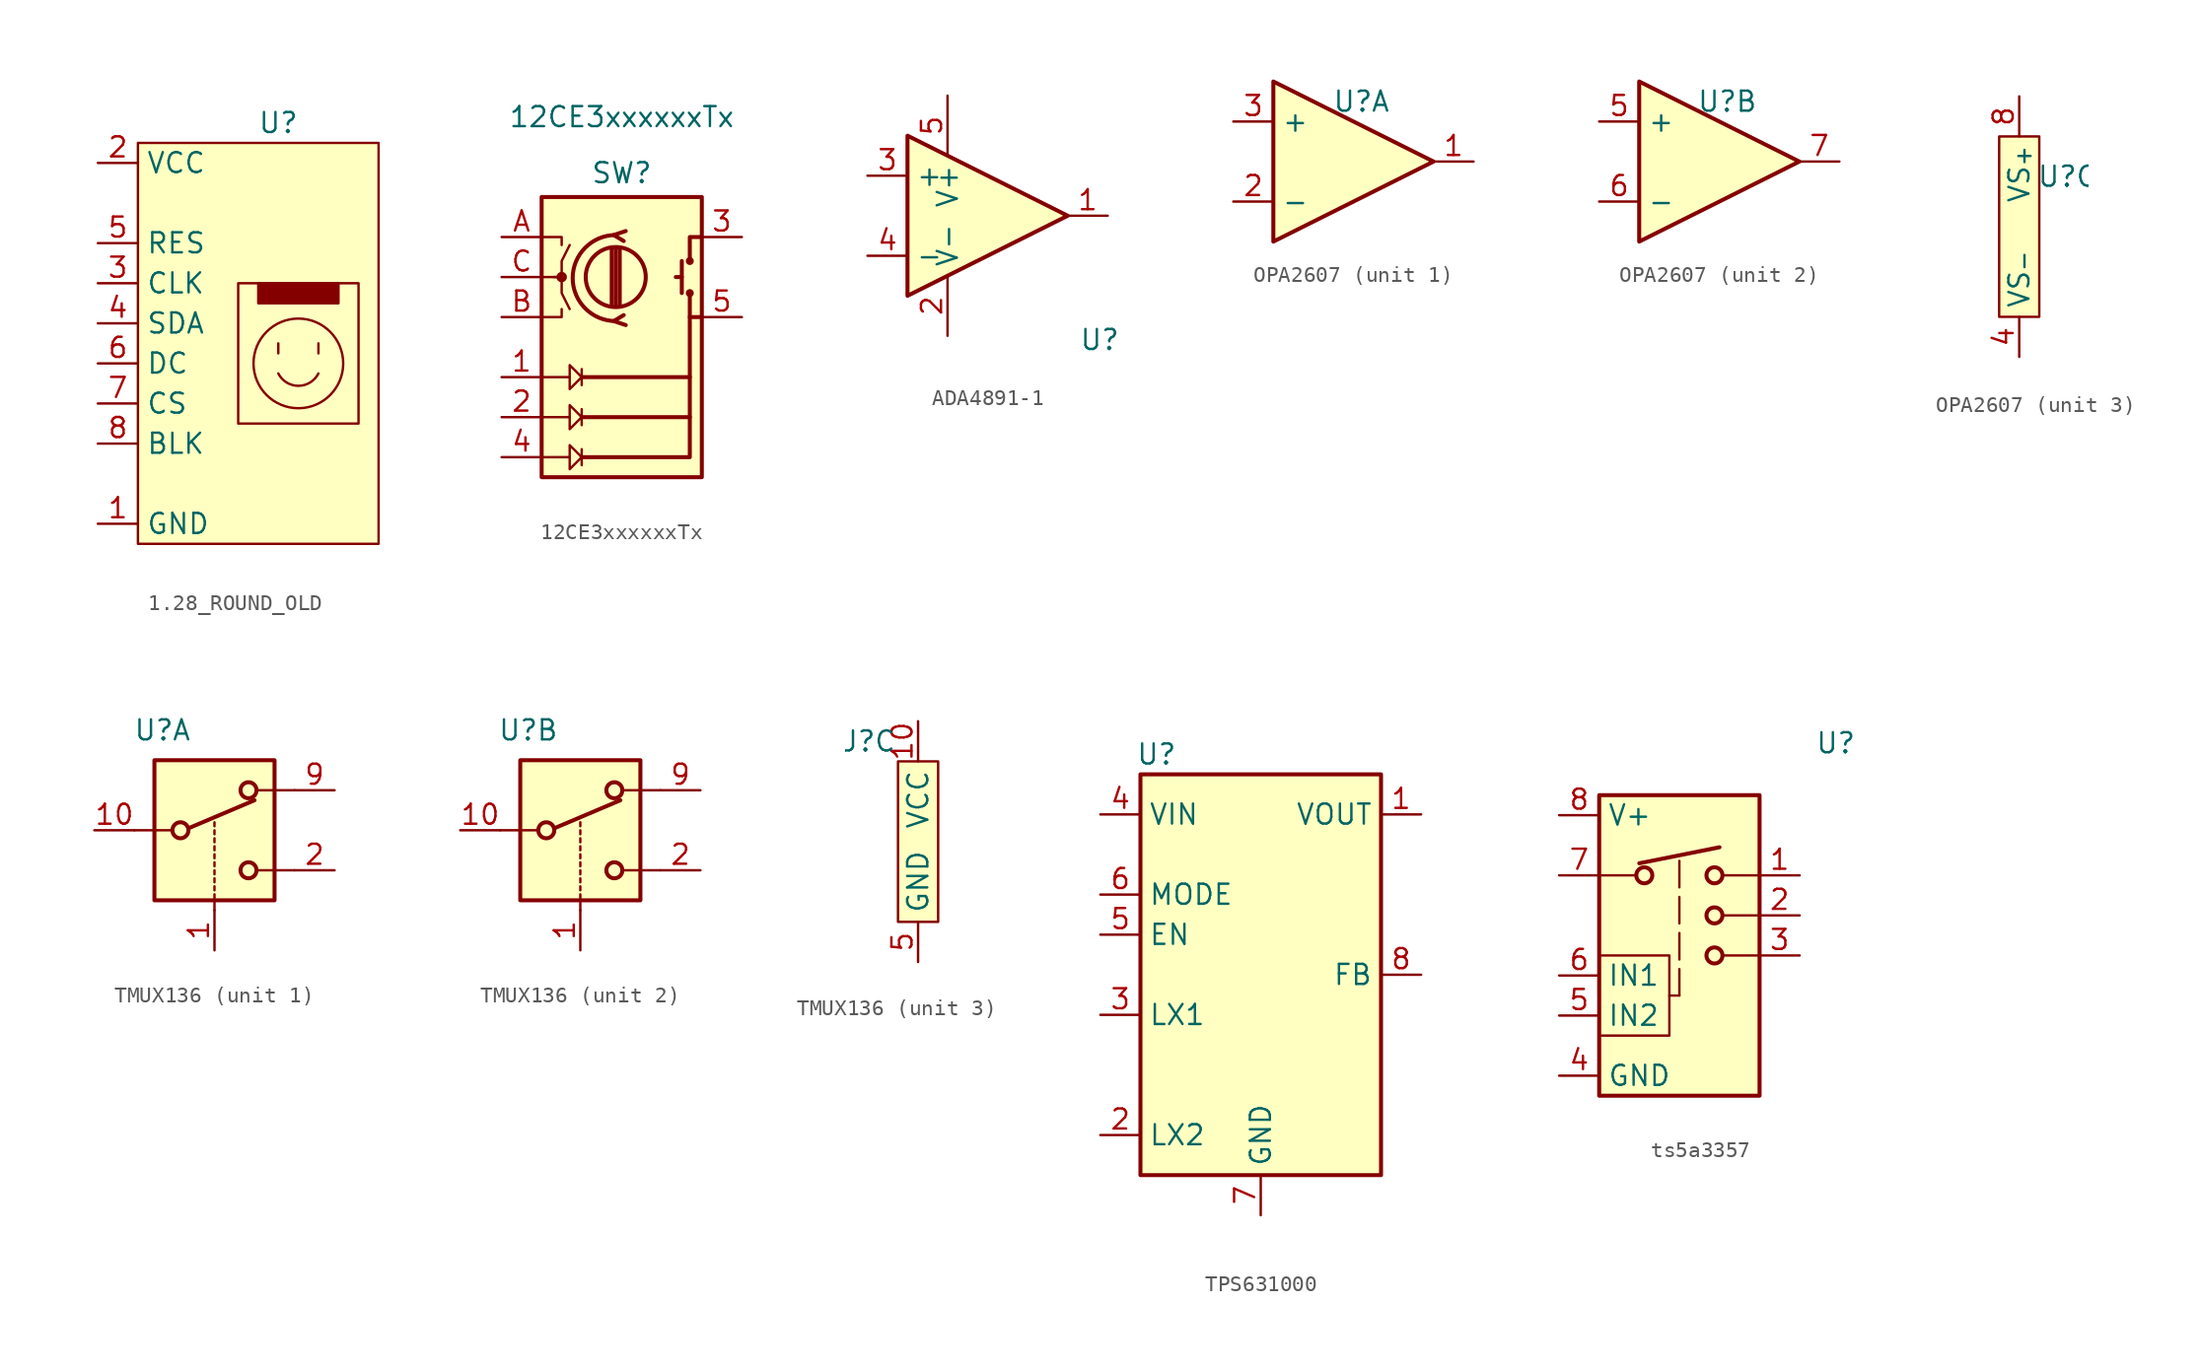
<source format=kicad_sym>
(kicad_symbol_lib
  (version 20231120)
  (generator "kicad_symbol_editor")
  (generator_version "8.0")
  (symbol "1.28_ROUND_OLD"
    (property "Reference" "U"
      (at 0 0 0)
      (effects (font (size 1.27 1.27))))
    (property "Value" ""
      (at 0 0 0)
      (effects (font (size 1.27 1.27))))
    (symbol "1.28_ROUND_OLD_1_1"
      (rectangle (start -8.89 -1.27) (end 6.35 -26.67) (stroke (width 0) (type default)) (fill (type background)))
      (rectangle (start -2.54 -10.16) (end 5.08 -19.05) (stroke (width 0) (type default)) (fill (type none)))
      (rectangle (start -1.27 -10.16) (end 3.81 -11.43) (stroke (width 0) (type default)) (fill (type outline)))
      (arc (start 0 -15.875) (mid 1.27 -16.6599) (end 2.54 -15.875) (stroke (width 0) (type default)) (fill (type none)))
      (polyline (pts (xy 0 -13.97) (xy 0 -14.605)) (stroke (width 0) (type default)) (fill (type none)))
      (polyline (pts (xy 2.54 -13.97) (xy 2.54 -14.605)) (stroke (width 0) (type default)) (fill (type none)))
      (circle (center 1.27 -15.24) (radius 2.84) (stroke (width 0) (type default)) (fill (type none)))
      (pin input line (at -11.43 -25.4 0) (length 2.54) (name "GND" (effects (font (size 1.27 1.27)))) (number "1" (effects (font (size 1.27 1.27)))))
      (pin input line (at -11.43 -2.54 0) (length 2.54) (name "VCC" (effects (font (size 1.27 1.27)))) (number "2" (effects (font (size 1.27 1.27)))))
      (pin input line (at -11.43 -10.16 0) (length 2.54) (name "CLK" (effects (font (size 1.27 1.27)))) (number "3" (effects (font (size 1.27 1.27)))))
      (pin input line (at -11.43 -12.7 0) (length 2.54) (name "SDA" (effects (font (size 1.27 1.27)))) (number "4" (effects (font (size 1.27 1.27)))))
      (pin input line (at -11.43 -7.62 0) (length 2.54) (name "RES" (effects (font (size 1.27 1.27)))) (number "5" (effects (font (size 1.27 1.27)))))
      (pin input line (at -11.43 -15.24 0) (length 2.54) (name "DC" (effects (font (size 1.27 1.27)))) (number "6" (effects (font (size 1.27 1.27)))))
      (pin input line (at -11.43 -17.78 0) (length 2.54) (name "CS" (effects (font (size 1.27 1.27)))) (number "7" (effects (font (size 1.27 1.27)))))
      (pin input line (at -11.43 -20.32 0) (length 2.54) (name "BLK" (effects (font (size 1.27 1.27)))) (number "8" (effects (font (size 1.27 1.27)))))))
  (symbol "12CE3xxxxxxTx"
    (pin_names
      (offset 0.254) hide)
    (property "Reference" "SW"
      (at 0 6.604 0)
      (effects (font (size 1.27 1.27))))
    (property "Value" "12CE3xxxxxxTx"
      (at 0 10.16 0)
      (effects (font (size 1.27 1.27))))
    (symbol "12CE3xxxxxxTx_0_1"
      (rectangle (start -5.08 5.08) (end 5.08 -12.7) (stroke (width 0.254) (type default)) (fill (type background)))
      (circle (center -3.81 0) (radius 0.254) (stroke (width 0) (type default)) (fill (type outline)))
      (circle (center -0.381 0) (radius 1.905) (stroke (width 0.254) (type default)) (fill (type none)))
      (arc (start -0.381 2.667) (mid -3.0988 -0.0635) (end -0.381 -2.794) (stroke (width 0.254) (type default)) (fill (type none)))
      (polyline (pts (xy -5.08 -11.43) (xy -3.302 -11.43)) (stroke (width 0) (type default)) (fill (type none)))
      (polyline (pts (xy -5.08 -8.89) (xy -3.302 -8.89)) (stroke (width 0) (type default)) (fill (type none)))
      (polyline (pts (xy -5.08 -6.35) (xy -3.302 -6.35)) (stroke (width 0) (type default)) (fill (type none)))
      (polyline (pts (xy -2.54 -10.922) (xy -2.54 -11.938)) (stroke (width 0) (type default)) (fill (type none)))
      (polyline (pts (xy -2.54 -8.382) (xy -2.54 -9.398)) (stroke (width 0) (type default)) (fill (type none)))
      (polyline (pts (xy -2.54 -5.842) (xy -2.54 -6.858)) (stroke (width 0) (type default)) (fill (type none)))
      (polyline (pts (xy -0.635 -1.778) (xy -0.635 1.778)) (stroke (width 0.254) (type default)) (fill (type none)))
      (polyline (pts (xy -0.381 -1.778) (xy -0.381 1.778)) (stroke (width 0.254) (type default)) (fill (type none)))
      (polyline (pts (xy -0.127 1.778) (xy -0.127 -1.778)) (stroke (width 0.254) (type default)) (fill (type none)))
      (polyline (pts (xy 3.81 0) (xy 3.429 0)) (stroke (width 0.254) (type default)) (fill (type none)))
      (polyline (pts (xy 3.81 1.016) (xy 3.81 -1.016)) (stroke (width 0.254) (type default)) (fill (type none)))
      (polyline (pts (xy -5.08 -2.54) (xy -3.81 -2.54) (xy -3.81 -2.032)) (stroke (width 0) (type default)) (fill (type none)))
      (polyline (pts (xy -5.08 2.54) (xy -3.81 2.54) (xy -3.81 2.032)) (stroke (width 0) (type default)) (fill (type none)))
      (polyline (pts (xy -2.54 -11.43) (xy 4.318 -11.43) (xy 4.318 -8.89)) (stroke (width 0.254) (type default)) (fill (type none)))
      (polyline (pts (xy -2.54 -8.89) (xy 4.318 -8.89) (xy 4.318 -6.35)) (stroke (width 0.254) (type default)) (fill (type none)))
      (polyline (pts (xy -2.54 -6.35) (xy 4.318 -6.35) (xy 4.318 -2.54)) (stroke (width 0.254) (type default)) (fill (type none)))
      (polyline (pts (xy 0.254 -3.048) (xy -0.508 -2.794) (xy 0.127 -2.413)) (stroke (width 0.254) (type default)) (fill (type none)))
      (polyline (pts (xy 0.254 2.921) (xy -0.508 2.667) (xy 0.127 2.286)) (stroke (width 0.254) (type default)) (fill (type none)))
      (polyline (pts (xy 5.08 -2.54) (xy 4.318 -2.54) (xy 4.318 -1.016)) (stroke (width 0.254) (type default)) (fill (type none)))
      (polyline (pts (xy 5.08 2.54) (xy 4.318 2.54) (xy 4.318 1.016)) (stroke (width 0.254) (type default)) (fill (type none)))
      (polyline (pts (xy -5.08 0) (xy -3.81 0) (xy -3.81 -1.016) (xy -3.302 -2.032)) (stroke (width 0) (type default)) (fill (type none)))
      (polyline (pts (xy -4.318 0) (xy -3.81 0) (xy -3.81 1.016) (xy -3.302 2.032)) (stroke (width 0) (type default)) (fill (type none)))
      (polyline (pts (xy -3.302 -10.668) (xy -3.302 -12.192) (xy -2.54 -11.43) (xy -3.302 -10.668)) (stroke (width 0) (type default)) (fill (type none)))
      (polyline (pts (xy -3.302 -8.128) (xy -3.302 -9.652) (xy -2.54 -8.89) (xy -3.302 -8.128)) (stroke (width 0) (type default)) (fill (type none)))
      (polyline (pts (xy -3.302 -5.588) (xy -3.302 -7.112) (xy -2.54 -6.35) (xy -3.302 -5.588)) (stroke (width 0) (type default)) (fill (type none)))
      (circle (center 4.318 -1.016) (radius 0.127) (stroke (width 0.254) (type default)) (fill (type none)))
      (circle (center 4.318 1.016) (radius 0.127) (stroke (width 0.254) (type default)) (fill (type none))))
    (symbol "12CE3xxxxxxTx_1_1"
      (pin passive line (at -7.62 -6.35 0) (length 2.54) (name "L_R" (effects (font (size 1.27 1.27)))) (number "1" (effects (font (size 1.27 1.27)))))
      (pin passive line (at -7.62 -8.89 0) (length 2.54) (name "L_G" (effects (font (size 1.27 1.27)))) (number "2" (effects (font (size 1.27 1.27)))))
      (pin passive line (at 7.62 2.54 180) (length 2.54) (name "S1" (effects (font (size 1.27 1.27)))) (number "3" (effects (font (size 1.27 1.27)))))
      (pin passive line (at -7.62 -11.43 0) (length 2.54) (name "L_B" (effects (font (size 1.27 1.27)))) (number "4" (effects (font (size 1.27 1.27)))))
      (pin passive line (at 7.62 -2.54 180) (length 2.54) (name "COMM" (effects (font (size 1.27 1.27)))) (number "5" (effects (font (size 1.27 1.27)))))
      (pin passive line (at -7.62 2.54 0) (length 2.54) (name "A" (effects (font (size 1.27 1.27)))) (number "A" (effects (font (size 1.27 1.27)))))
      (pin passive line (at -7.62 -2.54 0) (length 2.54) (name "B" (effects (font (size 1.27 1.27)))) (number "B" (effects (font (size 1.27 1.27)))))
      (pin passive line (at -7.62 0 0) (length 2.54) (name "C" (effects (font (size 1.27 1.27)))) (number "C" (effects (font (size 1.27 1.27)))))))
  (symbol "ADA4891-1"
    (property "Reference" "U"
      (at 8.382 -7.874 0)
      (effects (font (size 1.27 1.27))))
    (property "Value" ""
      (at 0 0 0)
      (effects (font (size 1.27 1.27))))
    (symbol "ADA4891-1_0_1"
      (polyline (pts (xy -3.81 5.08) (xy 6.35 0) (xy -3.81 -5.08) (xy -3.81 5.08)) (stroke (width 0.254) (type default)) (fill (type background)))
      (pin power_in line (at -1.27 -7.62 90) (length 3.81) (name "V-" (effects (font (size 1.27 1.27)))) (number "2" (effects (font (size 1.27 1.27)))))
      (pin power_in line (at -1.27 7.62 270) (length 3.81) (name "V+" (effects (font (size 1.27 1.27)))) (number "5" (effects (font (size 1.27 1.27))))))
    (symbol "ADA4891-1_1_1"
      (pin output line (at 8.89 0 180) (length 2.54) (name "~" (effects (font (size 1.27 1.27)))) (number "1" (effects (font (size 1.27 1.27)))))
      (pin input line (at -6.35 2.54 0) (length 2.54) (name "+" (effects (font (size 1.27 1.27)))) (number "3" (effects (font (size 1.27 1.27)))))
      (pin input line (at -6.35 -2.54 0) (length 2.54) (name "-" (effects (font (size 1.27 1.27)))) (number "4" (effects (font (size 1.27 1.27)))))))
  (symbol "OPA2607"
    (property "Reference" "U"
      (at 3.048 3.81 0)
      (effects (font (size 1.27 1.27))))
    (property "Value" ""
      (at 0 0 0)
      (effects (font (size 1.27 1.27))))
    (property "ki_locked" ""
      (at 0 0 0)
      (effects (font (size 1.27 1.27))))
    (symbol "OPA2607_1_1"
      (polyline (pts (xy -2.54 5.08) (xy 7.62 0) (xy -2.54 -5.08) (xy -2.54 5.08)) (stroke (width 0.254) (type default)) (fill (type background)))
      (pin output line (at 10.16 0 180) (length 2.54) (name "~" (effects (font (size 1.27 1.27)))) (number "1" (effects (font (size 1.27 1.27)))))
      (pin input line (at -5.08 -2.54 0) (length 2.54) (name "-" (effects (font (size 1.27 1.27)))) (number "2" (effects (font (size 1.27 1.27)))))
      (pin input line (at -5.08 2.54 0) (length 2.54) (name "+" (effects (font (size 1.27 1.27)))) (number "3" (effects (font (size 1.27 1.27))))))
    (symbol "OPA2607_2_1"
      (polyline (pts (xy -2.54 5.08) (xy 7.62 0) (xy -2.54 -5.08) (xy -2.54 5.08)) (stroke (width 0.254) (type default)) (fill (type background)))
      (pin input line (at -5.08 2.54 0) (length 2.54) (name "+" (effects (font (size 1.27 1.27)))) (number "5" (effects (font (size 1.27 1.27)))))
      (pin input line (at -5.08 -2.54 0) (length 2.54) (name "-" (effects (font (size 1.27 1.27)))) (number "6" (effects (font (size 1.27 1.27)))))
      (pin output line (at 10.16 0 180) (length 2.54) (name "~" (effects (font (size 1.27 1.27)))) (number "7" (effects (font (size 1.27 1.27))))))
    (symbol "OPA2607_3_1"
      (rectangle (start -1.27 6.35) (end 1.27 -5.08) (stroke (width 0) (type default)) (fill (type background)))
      (pin power_in line (at 0 -7.62 90) (length 2.54) (name "VS_{-}" (effects (font (size 1.27 1.27)))) (number "4" (effects (font (size 1.27 1.27)))))
      (pin power_in line (at 0 8.89 270) (length 2.54) (name "VS_{+}" (effects (font (size 1.27 1.27)))) (number "8" (effects (font (size 1.27 1.27)))))))
  (symbol "TMUX136"
    (property "Reference" "U"
      (at -3.302 6.35 0)
      (effects (font (size 1.27 1.27))))
    (property "Value" ""
      (at 0 0 0)
      (effects (font (size 1.27 1.27))))
    (property "ki_locked" ""
      (at 0 0 0)
      (effects (font (size 1.27 1.27))))
    (symbol "TMUX136_1_1"
      (rectangle (start -3.81 4.445) (end 3.81 -4.445) (stroke (width 0.254) (type default)) (fill (type background)))
      (circle (center -2.159 0) (radius 0.508) (stroke (width 0.254) (type default)) (fill (type none)))
      (polyline (pts (xy -5.08 0) (xy -2.794 0)) (stroke (width 0) (type default)) (fill (type none)))
      (polyline (pts (xy -1.651 0.127) (xy 2.54 1.905)) (stroke (width 0.254) (type default)) (fill (type none)))
      (polyline (pts (xy 0 -5.08) (xy 0 -4.572)) (stroke (width 0) (type default)) (fill (type none)))
      (polyline (pts (xy 0 -4.318) (xy 0 -4.064)) (stroke (width 0) (type default)) (fill (type none)))
      (polyline (pts (xy 0 -3.81) (xy 0 -3.556)) (stroke (width 0) (type default)) (fill (type none)))
      (polyline (pts (xy 0 -3.302) (xy 0 -3.048)) (stroke (width 0) (type default)) (fill (type none)))
      (polyline (pts (xy 0 -2.794) (xy 0 -2.54)) (stroke (width 0) (type default)) (fill (type none)))
      (polyline (pts (xy 0 -2.286) (xy 0 -2.032)) (stroke (width 0) (type default)) (fill (type none)))
      (polyline (pts (xy 0 -1.778) (xy 0 -1.524)) (stroke (width 0) (type default)) (fill (type none)))
      (polyline (pts (xy 0 -1.27) (xy 0 -1.016)) (stroke (width 0) (type default)) (fill (type none)))
      (polyline (pts (xy 0 -0.762) (xy 0 -0.508)) (stroke (width 0) (type default)) (fill (type none)))
      (polyline (pts (xy 0 -0.254) (xy 0 0)) (stroke (width 0) (type default)) (fill (type none)))
      (polyline (pts (xy 0 0.254) (xy 0 0.508)) (stroke (width 0) (type default)) (fill (type none)))
      (polyline (pts (xy 5.08 -2.54) (xy 2.794 -2.54)) (stroke (width 0) (type default)) (fill (type none)))
      (polyline (pts (xy 5.08 2.54) (xy 2.794 2.54)) (stroke (width 0) (type default)) (fill (type none)))
      (circle (center 2.159 -2.54) (radius 0.508) (stroke (width 0.254) (type default)) (fill (type none)))
      (circle (center 2.159 2.54) (radius 0.508) (stroke (width 0.254) (type default)) (fill (type none)))
      (pin input line (at 0 -7.62 90) (length 2.54) (name "~" (effects (font (size 1.27 1.27)))) (number "1" (effects (font (size 1.27 1.27)))))
      (pin passive line (at -7.62 0 0) (length 2.54) (name "~" (effects (font (size 1.27 1.27)))) (number "10" (effects (font (size 1.27 1.27)))))
      (pin passive line (at 7.62 -2.54 180) (length 2.54) (name "~" (effects (font (size 1.27 1.27)))) (number "2" (effects (font (size 1.27 1.27)))))
      (pin passive line (at 7.62 2.54 180) (length 2.54) (name "~" (effects (font (size 1.27 1.27)))) (number "9" (effects (font (size 1.27 1.27))))))
    (symbol "TMUX136_2_1"
      (rectangle (start -3.81 4.445) (end 3.81 -4.445) (stroke (width 0.254) (type default)) (fill (type background)))
      (circle (center -2.159 0) (radius 0.508) (stroke (width 0.254) (type default)) (fill (type none)))
      (polyline (pts (xy -5.08 0) (xy -2.794 0)) (stroke (width 0) (type default)) (fill (type none)))
      (polyline (pts (xy -1.651 0.127) (xy 2.54 1.905)) (stroke (width 0.254) (type default)) (fill (type none)))
      (polyline (pts (xy 0 -5.08) (xy 0 -4.572)) (stroke (width 0) (type default)) (fill (type none)))
      (polyline (pts (xy 0 -4.318) (xy 0 -4.064)) (stroke (width 0) (type default)) (fill (type none)))
      (polyline (pts (xy 0 -3.81) (xy 0 -3.556)) (stroke (width 0) (type default)) (fill (type none)))
      (polyline (pts (xy 0 -3.302) (xy 0 -3.048)) (stroke (width 0) (type default)) (fill (type none)))
      (polyline (pts (xy 0 -2.794) (xy 0 -2.54)) (stroke (width 0) (type default)) (fill (type none)))
      (polyline (pts (xy 0 -2.286) (xy 0 -2.032)) (stroke (width 0) (type default)) (fill (type none)))
      (polyline (pts (xy 0 -1.778) (xy 0 -1.524)) (stroke (width 0) (type default)) (fill (type none)))
      (polyline (pts (xy 0 -1.27) (xy 0 -1.016)) (stroke (width 0) (type default)) (fill (type none)))
      (polyline (pts (xy 0 -0.762) (xy 0 -0.508)) (stroke (width 0) (type default)) (fill (type none)))
      (polyline (pts (xy 0 -0.254) (xy 0 0)) (stroke (width 0) (type default)) (fill (type none)))
      (polyline (pts (xy 0 0.254) (xy 0 0.508)) (stroke (width 0) (type default)) (fill (type none)))
      (polyline (pts (xy 5.08 -2.54) (xy 2.794 -2.54)) (stroke (width 0) (type default)) (fill (type none)))
      (polyline (pts (xy 5.08 2.54) (xy 2.794 2.54)) (stroke (width 0) (type default)) (fill (type none)))
      (circle (center 2.159 -2.54) (radius 0.508) (stroke (width 0.254) (type default)) (fill (type none)))
      (circle (center 2.159 2.54) (radius 0.508) (stroke (width 0.254) (type default)) (fill (type none)))
      (pin input line (at 0 -7.62 90) (length 2.54) (name "~" (effects (font (size 1.27 1.27)))) (number "1" (effects (font (size 1.27 1.27)))))
      (pin passive line (at -7.62 0 0) (length 2.54) (name "~" (effects (font (size 1.27 1.27)))) (number "10" (effects (font (size 1.27 1.27)))))
      (pin passive line (at 7.62 -2.54 180) (length 2.54) (name "~" (effects (font (size 1.27 1.27)))) (number "2" (effects (font (size 1.27 1.27)))))
      (pin passive line (at 7.62 2.54 180) (length 2.54) (name "~" (effects (font (size 1.27 1.27)))) (number "9" (effects (font (size 1.27 1.27))))))
    (symbol "TMUX136_3_1"
      (rectangle (start -1.27 5.08) (end 1.27 -5.08) (stroke (width 0) (type default)) (fill (type background)))
      (pin power_in line (at 0 7.62 270) (length 2.54) (name "VCC" (effects (font (size 1.27 1.27)))) (number "10" (effects (font (size 1.27 1.27)))))
      (pin power_in line (at 0 -7.62 90) (length 2.54) (name "GND" (effects (font (size 1.27 1.27)))) (number "5" (effects (font (size 1.27 1.27)))))))
  (symbol "TPS631000"
    (property "Reference" "U"
      (at -6.604 13.97 0)
      (effects (font (size 1.27 1.27))))
    (property "Value" ""
      (at 0 0 0)
      (effects (font (size 1.27 1.27))))
    (symbol "TPS631000_0_1"
      (rectangle (start -7.62 12.7) (end 7.62 -12.7) (stroke (width 0.254) (type default)) (fill (type background))))
    (symbol "TPS631000_1_1"
      (pin power_out line (at 10.16 10.16 180) (length 2.54) (name "VOUT" (effects (font (size 1.27 1.27)))) (number "1" (effects (font (size 1.27 1.27)))))
      (pin input line (at -10.16 -10.16 0) (length 2.54) (name "LX2" (effects (font (size 1.27 1.27)))) (number "2" (effects (font (size 1.27 1.27)))))
      (pin input line (at -10.16 -2.54 0) (length 2.54) (name "LX1" (effects (font (size 1.27 1.27)))) (number "3" (effects (font (size 1.27 1.27)))))
      (pin power_in line (at -10.16 10.16 0) (length 2.54) (name "VIN" (effects (font (size 1.27 1.27)))) (number "4" (effects (font (size 1.27 1.27)))))
      (pin input line (at -10.16 2.54 0) (length 2.54) (name "EN" (effects (font (size 1.27 1.27)))) (number "5" (effects (font (size 1.27 1.27)))))
      (pin input line (at -10.16 5.08 0) (length 2.54) (name "MODE" (effects (font (size 1.27 1.27)))) (number "6" (effects (font (size 1.27 1.27)))))
      (pin power_in line (at 0 -15.24 90) (length 2.54) (name "GND" (effects (font (size 1.27 1.27)))) (number "7" (effects (font (size 1.27 1.27)))))
      (pin input line (at 10.16 0 180) (length 2.54) (name "FB" (effects (font (size 1.27 1.27)))) (number "8" (effects (font (size 1.27 1.27)))))))
  (symbol "ts5a3357"
    (property "Reference" "U"
      (at 9.906 8.382 0)
      (effects (font (size 1.27 1.27))))
    (property "Value" ""
      (at 0 0 0)
      (effects (font (size 1.27 1.27))))
    (symbol "ts5a3357_0_1"
      (rectangle (start -5.08 -5.08) (end -0.635 -10.16) (stroke (width 0) (type default)) (fill (type none))))
    (symbol "ts5a3357_1_1"
      (rectangle (start -5.08 5.08) (end 5.08 -13.97) (stroke (width 0.254) (type default)) (fill (type background)))
      (circle (center -2.223 0) (radius 0.508) (stroke (width 0.254) (type default)) (fill (type none)))
      (polyline (pts (xy -5.08 0) (xy -2.857 0)) (stroke (width 0) (type default)) (fill (type none)))
      (polyline (pts (xy -2.54 0.762) (xy 2.54 1.778)) (stroke (width 0.254) (type default)) (fill (type none)))
      (polyline (pts (xy 0 -7.62) (xy -0.635 -7.62)) (stroke (width 0) (type dash)) (fill (type none)))
      (polyline (pts (xy 0 -7.62) (xy 0 1.016)) (stroke (width 0) (type dash)) (fill (type none)))
      (polyline (pts (xy 5.08 -5.08) (xy 2.857 -5.08)) (stroke (width 0) (type default)) (fill (type none)))
      (polyline (pts (xy 5.08 -2.54) (xy 2.857 -2.54)) (stroke (width 0) (type default)) (fill (type none)))
      (polyline (pts (xy 5.08 0) (xy 2.857 0)) (stroke (width 0) (type default)) (fill (type none)))
      (circle (center 2.223 -5.08) (radius 0.508) (stroke (width 0.254) (type default)) (fill (type none)))
      (circle (center 2.223 -2.54) (radius 0.508) (stroke (width 0.254) (type default)) (fill (type none)))
      (circle (center 2.223 0) (radius 0.508) (stroke (width 0.254) (type default)) (fill (type none)))
      (pin bidirectional line (at 7.62 0 180) (length 2.54) (name "~" (effects (font (size 1.27 1.27)))) (number "1" (effects (font (size 1.27 1.27)))))
      (pin bidirectional line (at 7.62 -2.54 180) (length 2.54) (name "~" (effects (font (size 1.27 1.27)))) (number "2" (effects (font (size 1.27 1.27)))))
      (pin bidirectional line (at 7.62 -5.08 180) (length 2.54) (name "~" (effects (font (size 1.27 1.27)))) (number "3" (effects (font (size 1.27 1.27)))))
      (pin power_in line (at -7.62 -12.7 0) (length 2.54) (name "GND" (effects (font (size 1.27 1.27)))) (number "4" (effects (font (size 1.27 1.27)))))
      (pin input line (at -7.62 -8.89 0) (length 2.54) (name "IN2" (effects (font (size 1.27 1.27)))) (number "5" (effects (font (size 1.27 1.27)))))
      (pin input line (at -7.62 -6.35 0) (length 2.54) (name "IN1" (effects (font (size 1.27 1.27)))) (number "6" (effects (font (size 1.27 1.27)))))
      (pin bidirectional line (at -7.62 0 0) (length 2.54) (name "~" (effects (font (size 1.27 1.27)))) (number "7" (effects (font (size 1.27 1.27)))))
      (pin power_in line (at -7.62 3.81 0) (length 2.54) (name "V+" (effects (font (size 1.27 1.27)))) (number "8" (effects (font (size 1.27 1.27))))))))
</source>
